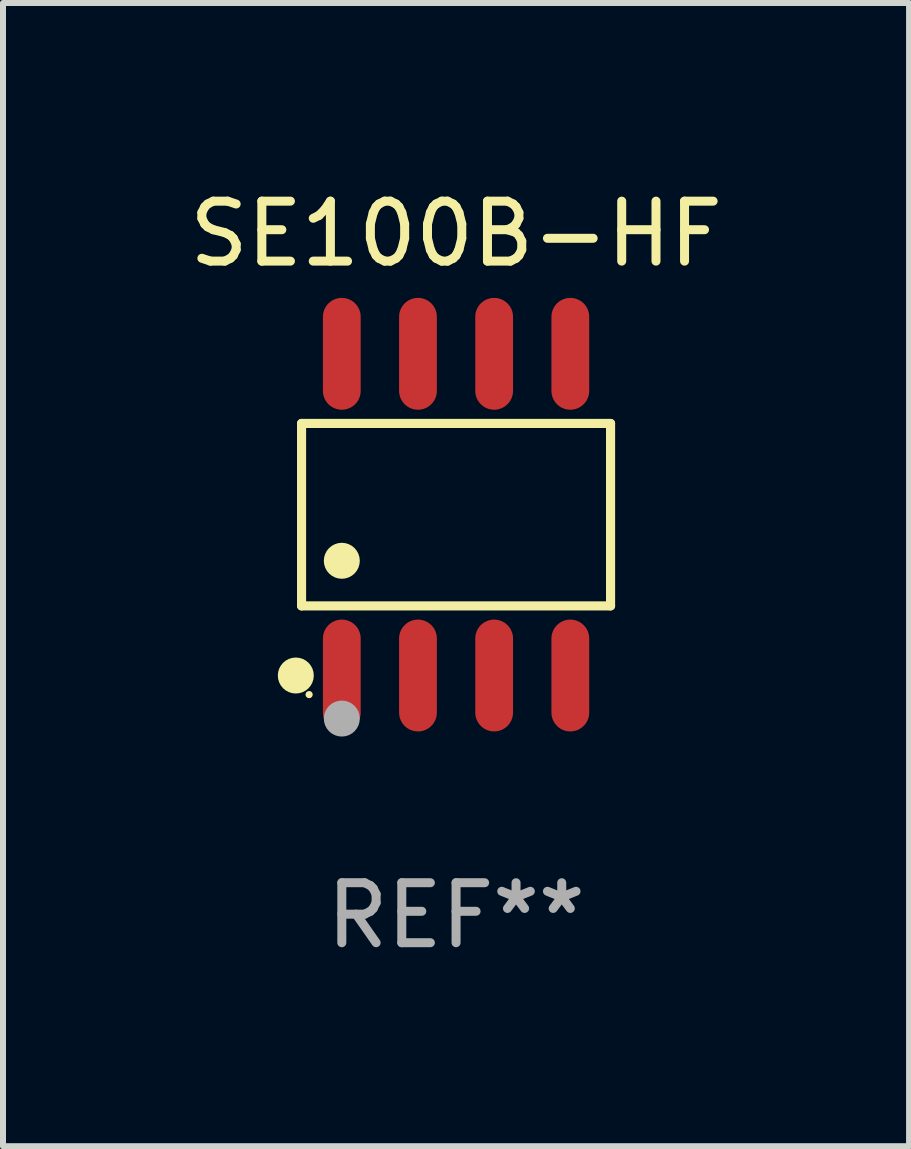
<source format=kicad_pcb>
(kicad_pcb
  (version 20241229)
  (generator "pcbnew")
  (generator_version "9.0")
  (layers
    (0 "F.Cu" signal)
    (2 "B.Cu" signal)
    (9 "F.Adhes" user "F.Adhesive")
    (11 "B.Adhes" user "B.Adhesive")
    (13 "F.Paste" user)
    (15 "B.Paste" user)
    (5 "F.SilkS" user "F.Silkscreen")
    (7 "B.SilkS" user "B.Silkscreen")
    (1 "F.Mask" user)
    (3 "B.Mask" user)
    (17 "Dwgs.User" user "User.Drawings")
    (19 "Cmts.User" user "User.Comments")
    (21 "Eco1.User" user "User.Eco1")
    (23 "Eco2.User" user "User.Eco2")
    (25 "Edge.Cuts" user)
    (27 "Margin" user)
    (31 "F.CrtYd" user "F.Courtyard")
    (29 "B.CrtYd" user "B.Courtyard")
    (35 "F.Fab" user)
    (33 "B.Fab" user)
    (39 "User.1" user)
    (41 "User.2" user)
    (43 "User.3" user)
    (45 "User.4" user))
  (footprint "SE100B-HF"
    (layer "F.Cu")
    (at 4.554 5.531)
    (property "Reference" "SE100B-HF" (at 0 -4.682 0) (layer "F.SilkS") (effects (font (size 1 1) (thickness 0.15))))
    (attr through_hole)
    (fp_line (start -2.576 -1.521) (end 2.576 -1.521) (stroke (width 0.152) (type solid)) (layer "F.SilkS"))
    (fp_line (start -2.576 1.521) (end -2.576 -1.521) (stroke (width 0.152) (type solid)) (layer "F.SilkS"))
    (fp_line (start 2.576 -1.521) (end 2.576 1.521) (stroke (width 0.152) (type solid)) (layer "F.SilkS"))
    (fp_line (start 2.576 1.521) (end -2.576 1.521) (stroke (width 0.152) (type solid)) (layer "F.SilkS"))
    (fp_circle (center -2.672 2.682) (end -2.522 2.682) (stroke (width 0.3) (type solid)) (fill no) (layer "F.SilkS"))
    (fp_circle (center -2.45 3) (end -2.42 3) (stroke (width 0.06) (type solid)) (fill no) (layer "F.SilkS"))
    (fp_circle (center -1.905 0.769) (end -1.755 0.769) (stroke (width 0.3) (type solid)) (fill no) (layer "F.SilkS"))
    (fp_circle (center -1.905 3.4) (end -1.755 3.4) (stroke (width 0.3) (type solid)) (fill no) (layer "F.Fab"))
    (fp_text user "REF**" (at 0 6.682 0) (layer "F.Fab") (effects (font (size 1 1) (thickness 0.15))))
    (pad "1" smd oval (at -1.905 2.682) (size 0.63 1.865) (layers "F.Cu" "F.Mask" "F.Paste"))
    (pad "2" smd oval (at -0.635 2.682) (size 0.63 1.865) (layers "F.Cu" "F.Mask" "F.Paste"))
    (pad "3" smd oval (at 0.635 2.682) (size 0.63 1.865) (layers "F.Cu" "F.Mask" "F.Paste"))
    (pad "4" smd oval (at 1.905 2.682) (size 0.63 1.865) (layers "F.Cu" "F.Mask" "F.Paste"))
    (pad "5" smd oval (at 1.905 -2.682) (size 0.63 1.865) (layers "F.Cu" "F.Mask" "F.Paste"))
    (pad "6" smd oval (at 0.635 -2.682) (size 0.63 1.865) (layers "F.Cu" "F.Mask" "F.Paste"))
    (pad "7" smd oval (at -0.635 -2.682) (size 0.63 1.865) (layers "F.Cu" "F.Mask" "F.Paste"))
    (pad "8" smd oval (at -1.905 -2.682) (size 0.63 1.865) (layers "F.Cu" "F.Mask" "F.Paste")))
  (gr_rect
    (start -3 -3)
    (end 12.107 16.061)
    (stroke (width 0.1) (type default))
    (fill no)
    (layer "Edge.Cuts")))
</source>
